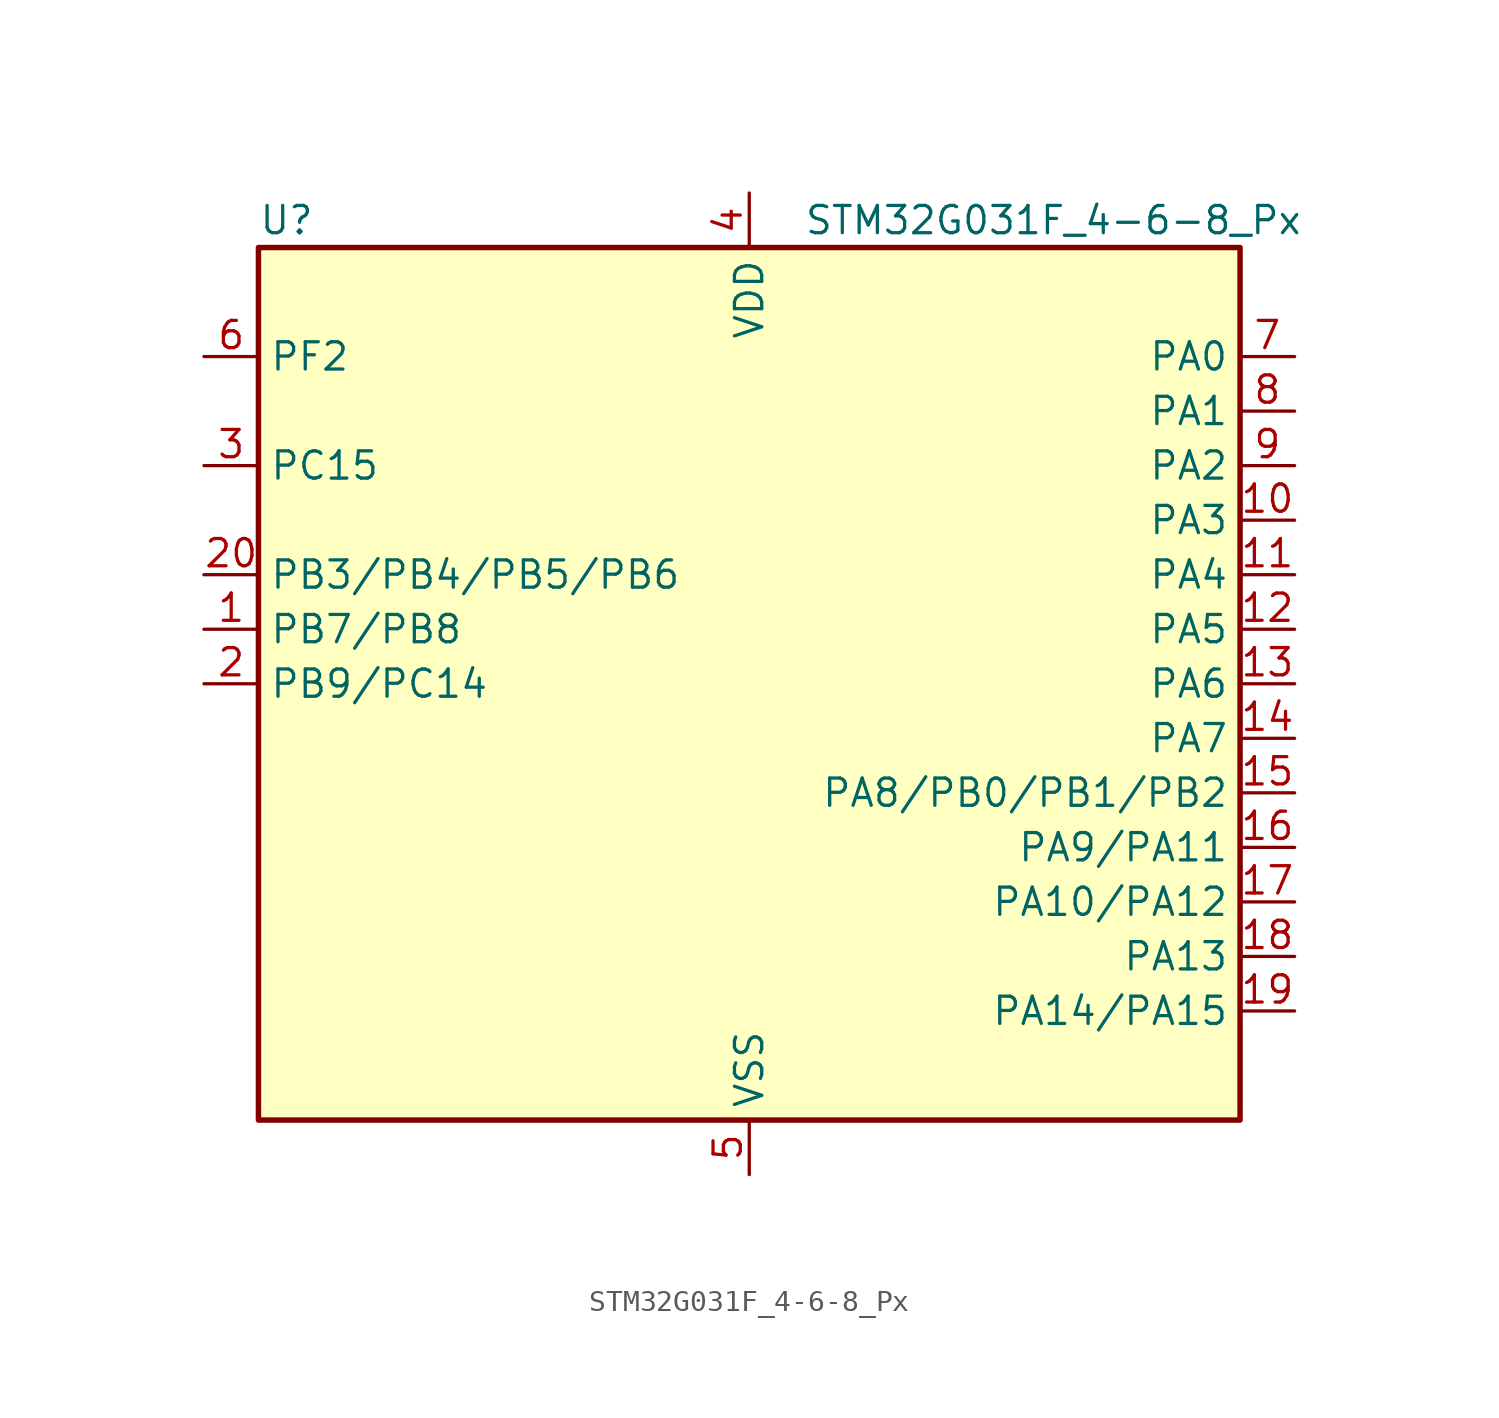
<source format=kicad_sym>
(kicad_symbol_lib
  (version 20241209)
  (generator "kicad_symbol_editor")
  (generator_version "9.0")
  (symbol "STM32G031F_4-6-8_Px"
    (property "Reference" "U"
      (at -22.86 21.59 0)
      (effects (font (size 1.27 1.27)) (justify left)))
    (property "Value" "STM32G031F_4-6-8_Px"
      (at 2.54 21.59 0)
      (effects (font (size 1.27 1.27)) (justify left)))
    (symbol "STM32G031F_4-6-8_Px_0_1"
      (rectangle (start -22.86 -20.32) (end 22.86 20.32) (stroke (width 0.254) (type default)) (fill (type background))))
    (symbol "STM32G031F_4-6-8_Px_1_1"
      (pin bidirectional line (at -25.4 15.24 0) (length 2.54) (name "PF2" (effects (font (size 1.27 1.27)))) (number "6" (effects (font (size 1.27 1.27)))) (alternate "RCC_MCO" bidirectional line))
      (pin bidirectional line (at -25.4 10.16 0) (length 2.54) (name "PC15" (effects (font (size 1.27 1.27)))) (number "3" (effects (font (size 1.27 1.27)))) (alternate "RCC_OSC32_EN" bidirectional line) (alternate "RCC_OSC32_OUT" bidirectional line) (alternate "RCC_OSC_EN" bidirectional line))
      (pin bidirectional line (at -25.4 5.08 0) (length 2.54) (name "PB3/PB4/PB5/PB6" (effects (font (size 1.27 1.27)))) (number "20" (effects (font (size 1.27 1.27)))) (alternate "I2C1_SCL (PB6)" bidirectional line) (alternate "I2C1_SMBA (PB5)" bidirectional line) (alternate "I2S1_CK (PB3)" bidirectional line) (alternate "I2S1_MCK (PB4)" bidirectional line) (alternate "I2S1_SD (PB5)" bidirectional line) (alternate "LPTIM1_ETR (PB6)" bidirectional line) (alternate "LPTIM1_IN1 (PB5)" bidirectional line) (alternate "PB3" bidirectional line) (alternate "PB4" bidirectional line) (alternate "PB5" bidirectional line) (alternate "PB6" bidirectional line) (alternate "SPI1_MISO (PB4)" bidirectional line) (alternate "SPI1_MOSI (PB5)" bidirectional line) (alternate "SPI1_SCK (PB3)" bidirectional line) (alternate "SPI2_MISO (PB6)" bidirectional line) (alternate "SYS_WKUP6 (PB5)" bidirectional line) (alternate "TIM16_BK (PB5)" bidirectional line) (alternate "TIM16_CH1N (PB6)" bidirectional line) (alternate "TIM17_BK (PB4)" bidirectional line) (alternate "TIM1_CH2 (PB3)" bidirectional line) (alternate "TIM1_CH3 (PB6)" bidirectional line) (alternate "TIM2_CH2 (PB3)" bidirectional line) (alternate "TIM3_CH1 (PB4)" bidirectional line) (alternate "TIM3_CH2 (PB5)" bidirectional line) (alternate "USART1_CK (PB3)" bidirectional line) (alternate "USART1_CTS (PB4)" bidirectional line) (alternate "USART1_DE (PB3)" bidirectional line) (alternate "USART1_NSS (PB4)" bidirectional line) (alternate "USART1_RTS (PB3)" bidirectional line) (alternate "USART1_TX (PB6)" bidirectional line))
      (pin bidirectional line (at -25.4 2.54 0) (length 2.54) (name "PB7/PB8" (effects (font (size 1.27 1.27)))) (number "1" (effects (font (size 1.27 1.27)))) (alternate "ADC1_IN11 (PB7)" bidirectional line) (alternate "I2C1_SCL (PB8)" bidirectional line) (alternate "I2C1_SDA (PB7)" bidirectional line) (alternate "LPTIM1_IN2 (PB7)" bidirectional line) (alternate "PB7" bidirectional line) (alternate "PB8" bidirectional line) (alternate "SPI2_MOSI (PB7)" bidirectional line) (alternate "SPI2_SCK (PB8)" bidirectional line) (alternate "SYS_PVD_IN (PB7)" bidirectional line) (alternate "TIM16_CH1 (PB8)" bidirectional line) (alternate "TIM17_CH1N (PB7)" bidirectional line) (alternate "USART1_RX (PB7)" bidirectional line))
      (pin bidirectional line (at -25.4 0 0) (length 2.54) (name "PB9/PC14" (effects (font (size 1.27 1.27)))) (number "2" (effects (font (size 1.27 1.27)))) (alternate "I2C1_SDA (PB9)" bidirectional line) (alternate "IR_OUT (PB9)" bidirectional line) (alternate "PB9" bidirectional line) (alternate "PC14" bidirectional line) (alternate "RCC_OSC32_IN (PC14)" bidirectional line) (alternate "RCC_OSC_IN (PC14)" bidirectional line) (alternate "SPI2_NSS (PB9)" bidirectional line) (alternate "TIM17_CH1 (PB9)" bidirectional line) (alternate "TIM1_BK2 (PC14)" bidirectional line))
      (pin power_in line (at 0 22.86 270) (length 2.54) (name "VDD" (effects (font (size 1.27 1.27)))) (number "4" (effects (font (size 1.27 1.27)))))
      (pin power_in line (at 0 -22.86 90) (length 2.54) (name "VSS" (effects (font (size 1.27 1.27)))) (number "5" (effects (font (size 1.27 1.27)))))
      (pin bidirectional line (at 25.4 15.24 180) (length 2.54) (name "PA0" (effects (font (size 1.27 1.27)))) (number "7" (effects (font (size 1.27 1.27)))) (alternate "ADC1_IN0" bidirectional line) (alternate "LPTIM1_OUT" bidirectional line) (alternate "RTC_TAMP_IN2" bidirectional line) (alternate "SPI2_SCK" bidirectional line) (alternate "SYS_WKUP1" bidirectional line) (alternate "TIM2_CH1" bidirectional line) (alternate "TIM2_ETR" bidirectional line) (alternate "USART2_CTS" bidirectional line) (alternate "USART2_NSS" bidirectional line))
      (pin bidirectional line (at 25.4 12.7 180) (length 2.54) (name "PA1" (effects (font (size 1.27 1.27)))) (number "8" (effects (font (size 1.27 1.27)))) (alternate "ADC1_IN1" bidirectional line) (alternate "I2C1_SMBA" bidirectional line) (alternate "I2S1_CK" bidirectional line) (alternate "SPI1_SCK" bidirectional line) (alternate "TIM2_CH2" bidirectional line) (alternate "USART2_CK" bidirectional line) (alternate "USART2_DE" bidirectional line) (alternate "USART2_RTS" bidirectional line))
      (pin bidirectional line (at 25.4 10.16 180) (length 2.54) (name "PA2" (effects (font (size 1.27 1.27)))) (number "9" (effects (font (size 1.27 1.27)))) (alternate "ADC1_IN2" bidirectional line) (alternate "I2S1_SD" bidirectional line) (alternate "LPUART1_TX" bidirectional line) (alternate "RCC_LSCO" bidirectional line) (alternate "SPI1_MOSI" bidirectional line) (alternate "SYS_WKUP4" bidirectional line) (alternate "TIM2_CH3" bidirectional line) (alternate "USART2_TX" bidirectional line))
      (pin bidirectional line (at 25.4 7.62 180) (length 2.54) (name "PA3" (effects (font (size 1.27 1.27)))) (number "10" (effects (font (size 1.27 1.27)))) (alternate "ADC1_IN3" bidirectional line) (alternate "LPUART1_RX" bidirectional line) (alternate "SPI2_MISO" bidirectional line) (alternate "TIM2_CH4" bidirectional line) (alternate "USART2_RX" bidirectional line))
      (pin bidirectional line (at 25.4 5.08 180) (length 2.54) (name "PA4" (effects (font (size 1.27 1.27)))) (number "11" (effects (font (size 1.27 1.27)))) (alternate "ADC1_IN4" bidirectional line) (alternate "I2S1_WS" bidirectional line) (alternate "LPTIM2_OUT" bidirectional line) (alternate "RTC_OUT_ALARM" bidirectional line) (alternate "RTC_OUT_CALIB" bidirectional line) (alternate "RTC_TAMP_IN1" bidirectional line) (alternate "RTC_TS" bidirectional line) (alternate "SPI1_NSS" bidirectional line) (alternate "SPI2_MOSI" bidirectional line) (alternate "SYS_WKUP2" bidirectional line) (alternate "TIM14_CH1" bidirectional line))
      (pin bidirectional line (at 25.4 2.54 180) (length 2.54) (name "PA5" (effects (font (size 1.27 1.27)))) (number "12" (effects (font (size 1.27 1.27)))) (alternate "ADC1_IN5" bidirectional line) (alternate "I2S1_CK" bidirectional line) (alternate "LPTIM2_ETR" bidirectional line) (alternate "SPI1_SCK" bidirectional line) (alternate "TIM2_CH1" bidirectional line) (alternate "TIM2_ETR" bidirectional line))
      (pin bidirectional line (at 25.4 0 180) (length 2.54) (name "PA6" (effects (font (size 1.27 1.27)))) (number "13" (effects (font (size 1.27 1.27)))) (alternate "ADC1_IN6" bidirectional line) (alternate "I2S1_MCK" bidirectional line) (alternate "LPUART1_CTS" bidirectional line) (alternate "SPI1_MISO" bidirectional line) (alternate "TIM16_CH1" bidirectional line) (alternate "TIM1_BK" bidirectional line) (alternate "TIM3_CH1" bidirectional line))
      (pin bidirectional line (at 25.4 -2.54 180) (length 2.54) (name "PA7" (effects (font (size 1.27 1.27)))) (number "14" (effects (font (size 1.27 1.27)))) (alternate "ADC1_IN7" bidirectional line) (alternate "I2S1_SD" bidirectional line) (alternate "SPI1_MOSI" bidirectional line) (alternate "TIM14_CH1" bidirectional line) (alternate "TIM17_CH1" bidirectional line) (alternate "TIM1_CH1N" bidirectional line) (alternate "TIM3_CH2" bidirectional line))
      (pin bidirectional line (at 25.4 -5.08 180) (length 2.54) (name "PA8/PB0/PB1/PB2" (effects (font (size 1.27 1.27)))) (number "15" (effects (font (size 1.27 1.27)))) (alternate "ADC1_IN10 (PB2)" bidirectional line) (alternate "ADC1_IN8 (PB0)" bidirectional line) (alternate "ADC1_IN9 (PB1)" bidirectional line) (alternate "I2S1_WS (PB0)" bidirectional line) (alternate "LPTIM1_OUT (PB0)" bidirectional line) (alternate "LPTIM1_OUT (PB2)" bidirectional line) (alternate "LPTIM2_IN1 (PB1)" bidirectional line) (alternate "LPTIM2_OUT (PA8)" bidirectional line) (alternate "LPUART1_DE (PB1)" bidirectional line) (alternate "LPUART1_RTS (PB1)" bidirectional line) (alternate "PA8" bidirectional line) (alternate "PB0" bidirectional line) (alternate "PB1" bidirectional line) (alternate "PB2" bidirectional line) (alternate "RCC_MCO (PA8)" bidirectional line) (alternate "SPI1_NSS (PB0)" bidirectional line) (alternate "SPI2_MISO (PB2)" bidirectional line) (alternate "SPI2_NSS (PA8)" bidirectional line) (alternate "TIM14_CH1 (PB1)" bidirectional line) (alternate "TIM1_CH1 (PA8)" bidirectional line) (alternate "TIM1_CH2N (PB0)" bidirectional line) (alternate "TIM1_CH3N (PB1)" bidirectional line) (alternate "TIM3_CH3 (PB0)" bidirectional line) (alternate "TIM3_CH4 (PB1)" bidirectional line))
      (pin bidirectional line (at 25.4 -7.62 180) (length 2.54) (name "PA9/PA11" (effects (font (size 1.27 1.27)))) (number "16" (effects (font (size 1.27 1.27)))) (alternate "ADC1_EXTI11 (PA11)" bidirectional line) (alternate "ADC1_IN15 (PA11)" bidirectional line) (alternate "I2C1_SCL (PA9)" bidirectional line) (alternate "I2C2_SCL (PA11)" bidirectional line) (alternate "I2S1_MCK (PA11)" bidirectional line) (alternate "PA11" bidirectional line) (alternate "PA9" bidirectional line) (alternate "RCC_MCO (PA9)" bidirectional line) (alternate "SPI1_MISO (PA11)" bidirectional line) (alternate "SPI2_MISO (PA9)" bidirectional line) (alternate "TIM1_BK2 (PA11)" bidirectional line) (alternate "TIM1_CH2 (PA9)" bidirectional line) (alternate "TIM1_CH4 (PA11)" bidirectional line) (alternate "USART1_CTS (PA11)" bidirectional line) (alternate "USART1_NSS (PA11)" bidirectional line) (alternate "USART1_TX (PA9)" bidirectional line))
      (pin bidirectional line (at 25.4 -10.16 180) (length 2.54) (name "PA10/PA12" (effects (font (size 1.27 1.27)))) (number "17" (effects (font (size 1.27 1.27)))) (alternate "ADC1_IN16 (PA12)" bidirectional line) (alternate "I2C1_SDA (PA10)" bidirectional line) (alternate "I2C2_SDA (PA12)" bidirectional line) (alternate "I2S1_SD (PA12)" bidirectional line) (alternate "I2S_CKIN (PA12)" bidirectional line) (alternate "PA10" bidirectional line) (alternate "PA12" bidirectional line) (alternate "SPI1_MOSI (PA12)" bidirectional line) (alternate "SPI2_MOSI (PA10)" bidirectional line) (alternate "TIM17_BK (PA10)" bidirectional line) (alternate "TIM1_CH3 (PA10)" bidirectional line) (alternate "TIM1_ETR (PA12)" bidirectional line) (alternate "USART1_CK (PA12)" bidirectional line) (alternate "USART1_DE (PA12)" bidirectional line) (alternate "USART1_RTS (PA12)" bidirectional line) (alternate "USART1_RX (PA10)" bidirectional line))
      (pin bidirectional line (at 25.4 -12.7 180) (length 2.54) (name "PA13" (effects (font (size 1.27 1.27)))) (number "18" (effects (font (size 1.27 1.27)))) (alternate "ADC1_IN17" bidirectional line) (alternate "IR_OUT" bidirectional line) (alternate "SYS_SWDIO" bidirectional line))
      (pin bidirectional line (at 25.4 -15.24 180) (length 2.54) (name "PA14/PA15" (effects (font (size 1.27 1.27)))) (number "19" (effects (font (size 1.27 1.27)))) (alternate "ADC1_IN18 (PA14)" bidirectional line) (alternate "I2S1_WS (PA15)" bidirectional line) (alternate "PA14" bidirectional line) (alternate "PA15" bidirectional line) (alternate "SPI1_NSS (PA15)" bidirectional line) (alternate "SYS_SWCLK (PA14)" bidirectional line) (alternate "TIM2_CH1 (PA15)" bidirectional line) (alternate "TIM2_ETR (PA15)" bidirectional line) (alternate "USART2_RX (PA15)" bidirectional line) (alternate "USART2_TX (PA14)" bidirectional line)))))
</source>
